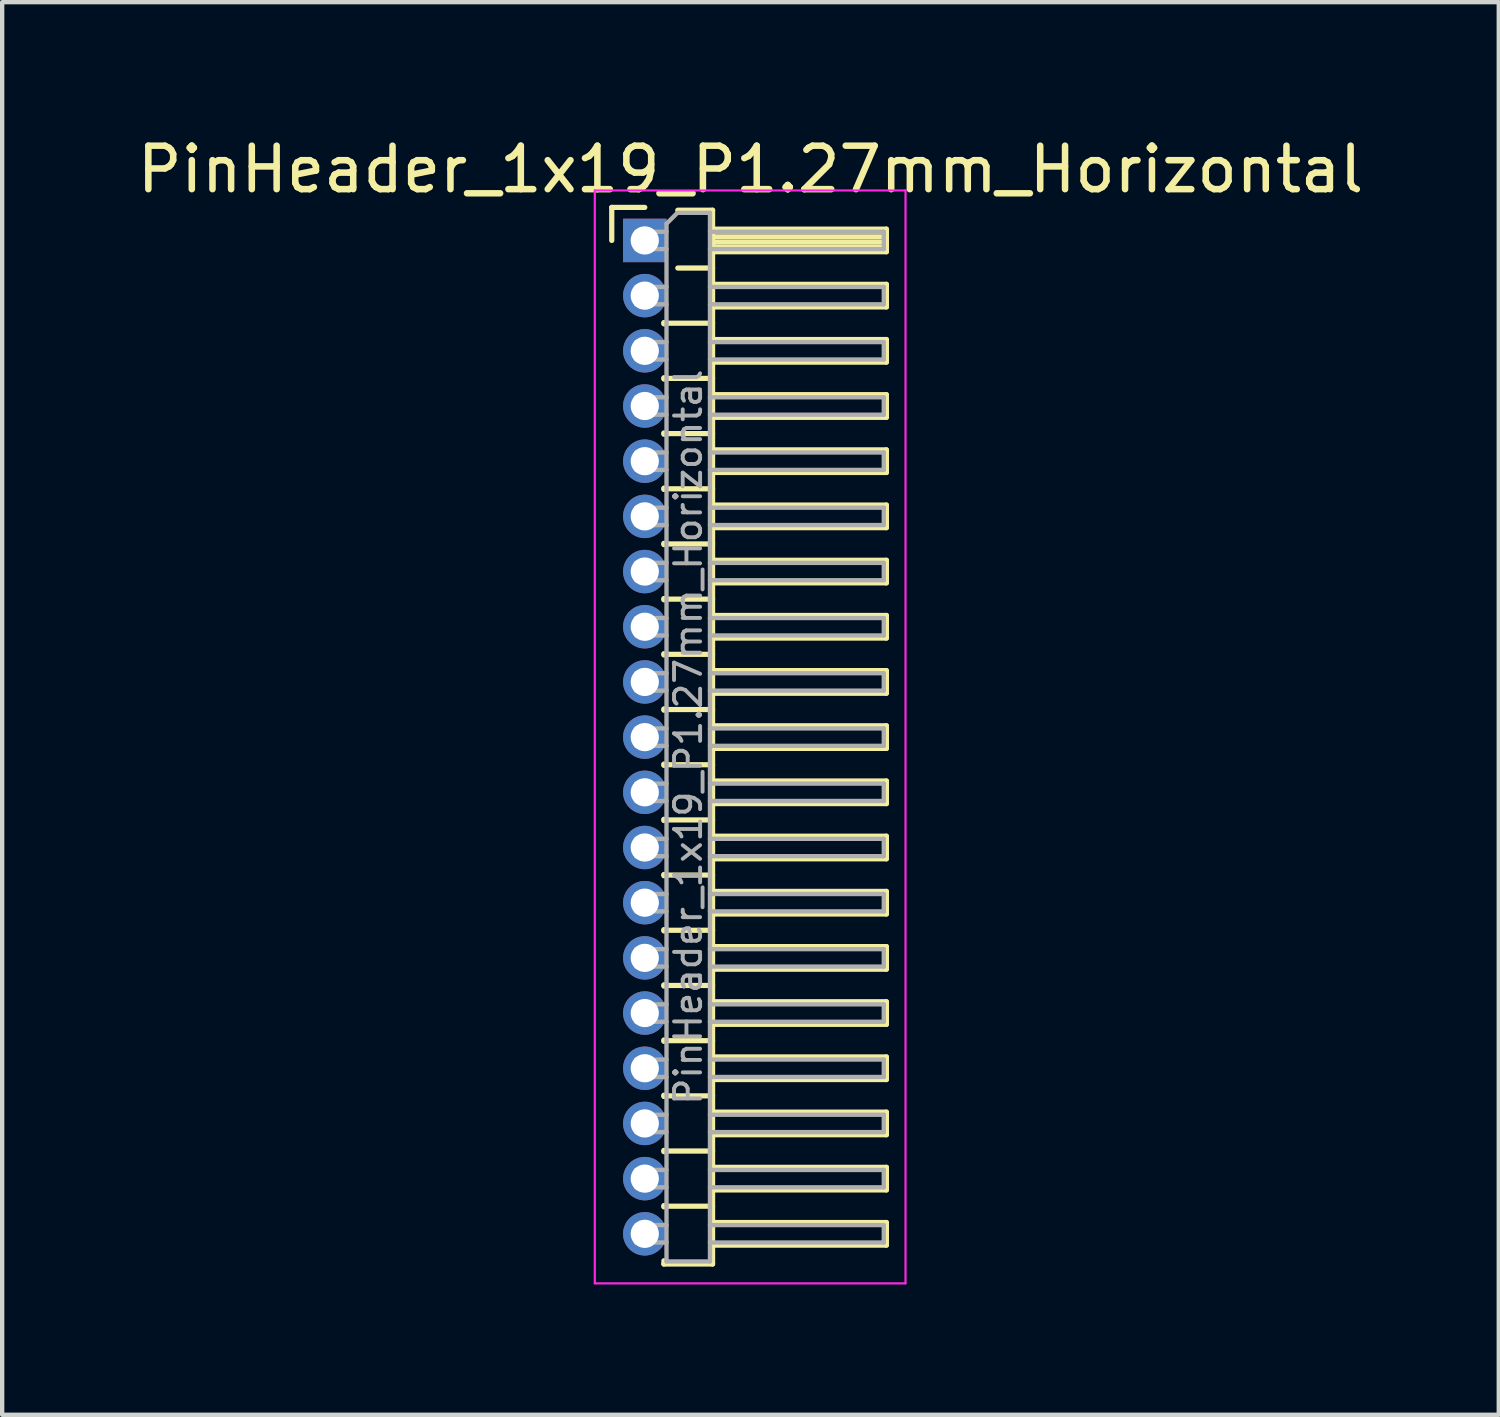
<source format=kicad_pcb>
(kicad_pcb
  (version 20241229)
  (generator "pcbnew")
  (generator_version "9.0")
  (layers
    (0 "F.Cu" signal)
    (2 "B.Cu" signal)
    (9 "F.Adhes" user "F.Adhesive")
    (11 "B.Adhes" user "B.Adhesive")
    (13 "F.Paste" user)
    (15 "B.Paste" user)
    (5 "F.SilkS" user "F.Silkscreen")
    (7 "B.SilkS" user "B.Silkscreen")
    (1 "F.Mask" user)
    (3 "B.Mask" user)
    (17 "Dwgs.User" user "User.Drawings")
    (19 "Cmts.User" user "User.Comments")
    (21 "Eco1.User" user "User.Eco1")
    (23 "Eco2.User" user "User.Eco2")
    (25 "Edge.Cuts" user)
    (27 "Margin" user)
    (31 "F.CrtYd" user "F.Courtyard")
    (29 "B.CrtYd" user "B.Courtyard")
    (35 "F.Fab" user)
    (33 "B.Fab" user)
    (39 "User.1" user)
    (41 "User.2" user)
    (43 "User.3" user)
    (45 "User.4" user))
  (footprint "PinHeader_1x19_P1.27mm_Horizontal"
    (layer "F.Cu")
    (at 11.788 2.483)
    (property "Reference" "PinHeader_1x19_P1.27mm_Horizontal" (at 2.433 -1.635 0) (layer "F.SilkS") (effects (font (size 1 1) (thickness 0.15))))
    (attr through_hole)
    (fp_line (start -0.76 -0.76) (end 0 -0.76) (stroke (width 0.12) (type solid)) (layer "F.SilkS"))
    (fp_line (start -0.76 0) (end -0.76 -0.76) (stroke (width 0.12) (type solid)) (layer "F.SilkS"))
    (fp_line (start 0.44 1.89) (end 0.44 1.92) (stroke (width 0.12) (type solid)) (layer "F.SilkS"))
    (fp_line (start 0.44 1.905) (end 1.56 1.905) (stroke (width 0.12) (type solid)) (layer "F.SilkS"))
    (fp_line (start 0.44 3.16) (end 0.44 3.19) (stroke (width 0.12) (type solid)) (layer "F.SilkS"))
    (fp_line (start 0.44 3.175) (end 1.56 3.175) (stroke (width 0.12) (type solid)) (layer "F.SilkS"))
    (fp_line (start 0.44 4.43) (end 0.44 4.46) (stroke (width 0.12) (type solid)) (layer "F.SilkS"))
    (fp_line (start 0.44 4.445) (end 1.56 4.445) (stroke (width 0.12) (type solid)) (layer "F.SilkS"))
    (fp_line (start 0.44 5.7) (end 0.44 5.73) (stroke (width 0.12) (type solid)) (layer "F.SilkS"))
    (fp_line (start 0.44 5.715) (end 1.56 5.715) (stroke (width 0.12) (type solid)) (layer "F.SilkS"))
    (fp_line (start 0.44 6.97) (end 0.44 7) (stroke (width 0.12) (type solid)) (layer "F.SilkS"))
    (fp_line (start 0.44 6.985) (end 1.56 6.985) (stroke (width 0.12) (type solid)) (layer "F.SilkS"))
    (fp_line (start 0.44 8.24) (end 0.44 8.27) (stroke (width 0.12) (type solid)) (layer "F.SilkS"))
    (fp_line (start 0.44 8.255) (end 1.56 8.255) (stroke (width 0.12) (type solid)) (layer "F.SilkS"))
    (fp_line (start 0.44 9.51) (end 0.44 9.54) (stroke (width 0.12) (type solid)) (layer "F.SilkS"))
    (fp_line (start 0.44 9.525) (end 1.56 9.525) (stroke (width 0.12) (type solid)) (layer "F.SilkS"))
    (fp_line (start 0.44 10.78) (end 0.44 10.81) (stroke (width 0.12) (type solid)) (layer "F.SilkS"))
    (fp_line (start 0.44 10.795) (end 1.56 10.795) (stroke (width 0.12) (type solid)) (layer "F.SilkS"))
    (fp_line (start 0.44 12.05) (end 0.44 12.08) (stroke (width 0.12) (type solid)) (layer "F.SilkS"))
    (fp_line (start 0.44 12.065) (end 1.56 12.065) (stroke (width 0.12) (type solid)) (layer "F.SilkS"))
    (fp_line (start 0.44 13.32) (end 0.44 13.35) (stroke (width 0.12) (type solid)) (layer "F.SilkS"))
    (fp_line (start 0.44 13.335) (end 1.56 13.335) (stroke (width 0.12) (type solid)) (layer "F.SilkS"))
    (fp_line (start 0.44 14.59) (end 0.44 14.62) (stroke (width 0.12) (type solid)) (layer "F.SilkS"))
    (fp_line (start 0.44 14.605) (end 1.56 14.605) (stroke (width 0.12) (type solid)) (layer "F.SilkS"))
    (fp_line (start 0.44 15.86) (end 0.44 15.89) (stroke (width 0.12) (type solid)) (layer "F.SilkS"))
    (fp_line (start 0.44 15.875) (end 1.56 15.875) (stroke (width 0.12) (type solid)) (layer "F.SilkS"))
    (fp_line (start 0.44 17.13) (end 0.44 17.16) (stroke (width 0.12) (type solid)) (layer "F.SilkS"))
    (fp_line (start 0.44 17.145) (end 1.56 17.145) (stroke (width 0.12) (type solid)) (layer "F.SilkS"))
    (fp_line (start 0.44 18.4) (end 0.44 18.43) (stroke (width 0.12) (type solid)) (layer "F.SilkS"))
    (fp_line (start 0.44 18.415) (end 1.56 18.415) (stroke (width 0.12) (type solid)) (layer "F.SilkS"))
    (fp_line (start 0.44 19.67) (end 0.44 19.7) (stroke (width 0.12) (type solid)) (layer "F.SilkS"))
    (fp_line (start 0.44 19.685) (end 1.56 19.685) (stroke (width 0.12) (type solid)) (layer "F.SilkS"))
    (fp_line (start 0.44 20.94) (end 0.44 20.97) (stroke (width 0.12) (type solid)) (layer "F.SilkS"))
    (fp_line (start 0.44 20.955) (end 1.56 20.955) (stroke (width 0.12) (type solid)) (layer "F.SilkS"))
    (fp_line (start 0.44 22.21) (end 0.44 22.24) (stroke (width 0.12) (type solid)) (layer "F.SilkS"))
    (fp_line (start 0.44 22.225) (end 1.56 22.225) (stroke (width 0.12) (type solid)) (layer "F.SilkS"))
    (fp_line (start 0.44 23.555) (end 0.44 23.48) (stroke (width 0.12) (type solid)) (layer "F.SilkS"))
    (fp_line (start 0.76 -0.695) (end 1.56 -0.695) (stroke (width 0.12) (type solid)) (layer "F.SilkS"))
    (fp_line (start 0.76 0.635) (end 1.56 0.635) (stroke (width 0.12) (type solid)) (layer "F.SilkS"))
    (fp_line (start 1.56 -0.695) (end 1.56 23.555) (stroke (width 0.12) (type solid)) (layer "F.SilkS"))
    (fp_line (start 1.56 -0.26) (end 5.56 -0.26) (stroke (width 0.12) (type solid)) (layer "F.SilkS"))
    (fp_line (start 1.56 -0.2) (end 5.56 -0.2) (stroke (width 0.12) (type solid)) (layer "F.SilkS"))
    (fp_line (start 1.56 -0.08) (end 5.56 -0.08) (stroke (width 0.12) (type solid)) (layer "F.SilkS"))
    (fp_line (start 1.56 0.04) (end 5.56 0.04) (stroke (width 0.12) (type solid)) (layer "F.SilkS"))
    (fp_line (start 1.56 0.16) (end 5.56 0.16) (stroke (width 0.12) (type solid)) (layer "F.SilkS"))
    (fp_line (start 1.56 1.01) (end 5.56 1.01) (stroke (width 0.12) (type solid)) (layer "F.SilkS"))
    (fp_line (start 1.56 2.28) (end 5.56 2.28) (stroke (width 0.12) (type solid)) (layer "F.SilkS"))
    (fp_line (start 1.56 3.55) (end 5.56 3.55) (stroke (width 0.12) (type solid)) (layer "F.SilkS"))
    (fp_line (start 1.56 4.82) (end 5.56 4.82) (stroke (width 0.12) (type solid)) (layer "F.SilkS"))
    (fp_line (start 1.56 6.09) (end 5.56 6.09) (stroke (width 0.12) (type solid)) (layer "F.SilkS"))
    (fp_line (start 1.56 7.36) (end 5.56 7.36) (stroke (width 0.12) (type solid)) (layer "F.SilkS"))
    (fp_line (start 1.56 8.63) (end 5.56 8.63) (stroke (width 0.12) (type solid)) (layer "F.SilkS"))
    (fp_line (start 1.56 9.9) (end 5.56 9.9) (stroke (width 0.12) (type solid)) (layer "F.SilkS"))
    (fp_line (start 1.56 11.17) (end 5.56 11.17) (stroke (width 0.12) (type solid)) (layer "F.SilkS"))
    (fp_line (start 1.56 12.44) (end 5.56 12.44) (stroke (width 0.12) (type solid)) (layer "F.SilkS"))
    (fp_line (start 1.56 13.71) (end 5.56 13.71) (stroke (width 0.12) (type solid)) (layer "F.SilkS"))
    (fp_line (start 1.56 14.98) (end 5.56 14.98) (stroke (width 0.12) (type solid)) (layer "F.SilkS"))
    (fp_line (start 1.56 16.25) (end 5.56 16.25) (stroke (width 0.12) (type solid)) (layer "F.SilkS"))
    (fp_line (start 1.56 17.52) (end 5.56 17.52) (stroke (width 0.12) (type solid)) (layer "F.SilkS"))
    (fp_line (start 1.56 18.79) (end 5.56 18.79) (stroke (width 0.12) (type solid)) (layer "F.SilkS"))
    (fp_line (start 1.56 20.06) (end 5.56 20.06) (stroke (width 0.12) (type solid)) (layer "F.SilkS"))
    (fp_line (start 1.56 21.33) (end 5.56 21.33) (stroke (width 0.12) (type solid)) (layer "F.SilkS"))
    (fp_line (start 1.56 22.6) (end 5.56 22.6) (stroke (width 0.12) (type solid)) (layer "F.SilkS"))
    (fp_line (start 1.56 23.555) (end 0.44 23.555) (stroke (width 0.12) (type solid)) (layer "F.SilkS"))
    (fp_line (start 5.56 -0.26) (end 5.56 0.26) (stroke (width 0.12) (type solid)) (layer "F.SilkS"))
    (fp_line (start 5.56 0.26) (end 1.56 0.26) (stroke (width 0.12) (type solid)) (layer "F.SilkS"))
    (fp_line (start 5.56 1.01) (end 5.56 1.53) (stroke (width 0.12) (type solid)) (layer "F.SilkS"))
    (fp_line (start 5.56 1.53) (end 1.56 1.53) (stroke (width 0.12) (type solid)) (layer "F.SilkS"))
    (fp_line (start 5.56 2.28) (end 5.56 2.8) (stroke (width 0.12) (type solid)) (layer "F.SilkS"))
    (fp_line (start 5.56 2.8) (end 1.56 2.8) (stroke (width 0.12) (type solid)) (layer "F.SilkS"))
    (fp_line (start 5.56 3.55) (end 5.56 4.07) (stroke (width 0.12) (type solid)) (layer "F.SilkS"))
    (fp_line (start 5.56 4.07) (end 1.56 4.07) (stroke (width 0.12) (type solid)) (layer "F.SilkS"))
    (fp_line (start 5.56 4.82) (end 5.56 5.34) (stroke (width 0.12) (type solid)) (layer "F.SilkS"))
    (fp_line (start 5.56 5.34) (end 1.56 5.34) (stroke (width 0.12) (type solid)) (layer "F.SilkS"))
    (fp_line (start 5.56 6.09) (end 5.56 6.61) (stroke (width 0.12) (type solid)) (layer "F.SilkS"))
    (fp_line (start 5.56 6.61) (end 1.56 6.61) (stroke (width 0.12) (type solid)) (layer "F.SilkS"))
    (fp_line (start 5.56 7.36) (end 5.56 7.88) (stroke (width 0.12) (type solid)) (layer "F.SilkS"))
    (fp_line (start 5.56 7.88) (end 1.56 7.88) (stroke (width 0.12) (type solid)) (layer "F.SilkS"))
    (fp_line (start 5.56 8.63) (end 5.56 9.15) (stroke (width 0.12) (type solid)) (layer "F.SilkS"))
    (fp_line (start 5.56 9.15) (end 1.56 9.15) (stroke (width 0.12) (type solid)) (layer "F.SilkS"))
    (fp_line (start 5.56 9.9) (end 5.56 10.42) (stroke (width 0.12) (type solid)) (layer "F.SilkS"))
    (fp_line (start 5.56 10.42) (end 1.56 10.42) (stroke (width 0.12) (type solid)) (layer "F.SilkS"))
    (fp_line (start 5.56 11.17) (end 5.56 11.69) (stroke (width 0.12) (type solid)) (layer "F.SilkS"))
    (fp_line (start 5.56 11.69) (end 1.56 11.69) (stroke (width 0.12) (type solid)) (layer "F.SilkS"))
    (fp_line (start 5.56 12.44) (end 5.56 12.96) (stroke (width 0.12) (type solid)) (layer "F.SilkS"))
    (fp_line (start 5.56 12.96) (end 1.56 12.96) (stroke (width 0.12) (type solid)) (layer "F.SilkS"))
    (fp_line (start 5.56 13.71) (end 5.56 14.23) (stroke (width 0.12) (type solid)) (layer "F.SilkS"))
    (fp_line (start 5.56 14.23) (end 1.56 14.23) (stroke (width 0.12) (type solid)) (layer "F.SilkS"))
    (fp_line (start 5.56 14.98) (end 5.56 15.5) (stroke (width 0.12) (type solid)) (layer "F.SilkS"))
    (fp_line (start 5.56 15.5) (end 1.56 15.5) (stroke (width 0.12) (type solid)) (layer "F.SilkS"))
    (fp_line (start 5.56 16.25) (end 5.56 16.77) (stroke (width 0.12) (type solid)) (layer "F.SilkS"))
    (fp_line (start 5.56 16.77) (end 1.56 16.77) (stroke (width 0.12) (type solid)) (layer "F.SilkS"))
    (fp_line (start 5.56 17.52) (end 5.56 18.04) (stroke (width 0.12) (type solid)) (layer "F.SilkS"))
    (fp_line (start 5.56 18.04) (end 1.56 18.04) (stroke (width 0.12) (type solid)) (layer "F.SilkS"))
    (fp_line (start 5.56 18.79) (end 5.56 19.31) (stroke (width 0.12) (type solid)) (layer "F.SilkS"))
    (fp_line (start 5.56 19.31) (end 1.56 19.31) (stroke (width 0.12) (type solid)) (layer "F.SilkS"))
    (fp_line (start 5.56 20.06) (end 5.56 20.58) (stroke (width 0.12) (type solid)) (layer "F.SilkS"))
    (fp_line (start 5.56 20.58) (end 1.56 20.58) (stroke (width 0.12) (type solid)) (layer "F.SilkS"))
    (fp_line (start 5.56 21.33) (end 5.56 21.85) (stroke (width 0.12) (type solid)) (layer "F.SilkS"))
    (fp_line (start 5.56 21.85) (end 1.56 21.85) (stroke (width 0.12) (type solid)) (layer "F.SilkS"))
    (fp_line (start 5.56 22.6) (end 5.56 23.12) (stroke (width 0.12) (type solid)) (layer "F.SilkS"))
    (fp_line (start 5.56 23.12) (end 1.56 23.12) (stroke (width 0.12) (type solid)) (layer "F.SilkS"))
    (fp_line (start -1.15 -1.15) (end -1.15 24) (stroke (width 0.05) (type solid)) (layer "F.CrtYd"))
    (fp_line (start -1.15 24) (end 6 24) (stroke (width 0.05) (type solid)) (layer "F.CrtYd"))
    (fp_line (start 6 -1.15) (end -1.15 -1.15) (stroke (width 0.05) (type solid)) (layer "F.CrtYd"))
    (fp_line (start 6 24) (end 6 -1.15) (stroke (width 0.05) (type solid)) (layer "F.CrtYd"))
    (fp_line (start -0.2 -0.2) (end -0.2 0.2) (stroke (width 0.1) (type solid)) (layer "F.Fab"))
    (fp_line (start -0.2 -0.2) (end 0.5 -0.2) (stroke (width 0.1) (type solid)) (layer "F.Fab"))
    (fp_line (start -0.2 0.2) (end 0.5 0.2) (stroke (width 0.1) (type solid)) (layer "F.Fab"))
    (fp_line (start -0.2 1.07) (end -0.2 1.47) (stroke (width 0.1) (type solid)) (layer "F.Fab"))
    (fp_line (start -0.2 1.07) (end 0.5 1.07) (stroke (width 0.1) (type solid)) (layer "F.Fab"))
    (fp_line (start -0.2 1.47) (end 0.5 1.47) (stroke (width 0.1) (type solid)) (layer "F.Fab"))
    (fp_line (start -0.2 2.34) (end -0.2 2.74) (stroke (width 0.1) (type solid)) (layer "F.Fab"))
    (fp_line (start -0.2 2.34) (end 0.5 2.34) (stroke (width 0.1) (type solid)) (layer "F.Fab"))
    (fp_line (start -0.2 2.74) (end 0.5 2.74) (stroke (width 0.1) (type solid)) (layer "F.Fab"))
    (fp_line (start -0.2 3.61) (end -0.2 4.01) (stroke (width 0.1) (type solid)) (layer "F.Fab"))
    (fp_line (start -0.2 3.61) (end 0.5 3.61) (stroke (width 0.1) (type solid)) (layer "F.Fab"))
    (fp_line (start -0.2 4.01) (end 0.5 4.01) (stroke (width 0.1) (type solid)) (layer "F.Fab"))
    (fp_line (start -0.2 4.88) (end -0.2 5.28) (stroke (width 0.1) (type solid)) (layer "F.Fab"))
    (fp_line (start -0.2 4.88) (end 0.5 4.88) (stroke (width 0.1) (type solid)) (layer "F.Fab"))
    (fp_line (start -0.2 5.28) (end 0.5 5.28) (stroke (width 0.1) (type solid)) (layer "F.Fab"))
    (fp_line (start -0.2 6.15) (end -0.2 6.55) (stroke (width 0.1) (type solid)) (layer "F.Fab"))
    (fp_line (start -0.2 6.15) (end 0.5 6.15) (stroke (width 0.1) (type solid)) (layer "F.Fab"))
    (fp_line (start -0.2 6.55) (end 0.5 6.55) (stroke (width 0.1) (type solid)) (layer "F.Fab"))
    (fp_line (start -0.2 7.42) (end -0.2 7.82) (stroke (width 0.1) (type solid)) (layer "F.Fab"))
    (fp_line (start -0.2 7.42) (end 0.5 7.42) (stroke (width 0.1) (type solid)) (layer "F.Fab"))
    (fp_line (start -0.2 7.82) (end 0.5 7.82) (stroke (width 0.1) (type solid)) (layer "F.Fab"))
    (fp_line (start -0.2 8.69) (end -0.2 9.09) (stroke (width 0.1) (type solid)) (layer "F.Fab"))
    (fp_line (start -0.2 8.69) (end 0.5 8.69) (stroke (width 0.1) (type solid)) (layer "F.Fab"))
    (fp_line (start -0.2 9.09) (end 0.5 9.09) (stroke (width 0.1) (type solid)) (layer "F.Fab"))
    (fp_line (start -0.2 9.96) (end -0.2 10.36) (stroke (width 0.1) (type solid)) (layer "F.Fab"))
    (fp_line (start -0.2 9.96) (end 0.5 9.96) (stroke (width 0.1) (type solid)) (layer "F.Fab"))
    (fp_line (start -0.2 10.36) (end 0.5 10.36) (stroke (width 0.1) (type solid)) (layer "F.Fab"))
    (fp_line (start -0.2 11.23) (end -0.2 11.63) (stroke (width 0.1) (type solid)) (layer "F.Fab"))
    (fp_line (start -0.2 11.23) (end 0.5 11.23) (stroke (width 0.1) (type solid)) (layer "F.Fab"))
    (fp_line (start -0.2 11.63) (end 0.5 11.63) (stroke (width 0.1) (type solid)) (layer "F.Fab"))
    (fp_line (start -0.2 12.5) (end -0.2 12.9) (stroke (width 0.1) (type solid)) (layer "F.Fab"))
    (fp_line (start -0.2 12.5) (end 0.5 12.5) (stroke (width 0.1) (type solid)) (layer "F.Fab"))
    (fp_line (start -0.2 12.9) (end 0.5 12.9) (stroke (width 0.1) (type solid)) (layer "F.Fab"))
    (fp_line (start -0.2 13.77) (end -0.2 14.17) (stroke (width 0.1) (type solid)) (layer "F.Fab"))
    (fp_line (start -0.2 13.77) (end 0.5 13.77) (stroke (width 0.1) (type solid)) (layer "F.Fab"))
    (fp_line (start -0.2 14.17) (end 0.5 14.17) (stroke (width 0.1) (type solid)) (layer "F.Fab"))
    (fp_line (start -0.2 15.04) (end -0.2 15.44) (stroke (width 0.1) (type solid)) (layer "F.Fab"))
    (fp_line (start -0.2 15.04) (end 0.5 15.04) (stroke (width 0.1) (type solid)) (layer "F.Fab"))
    (fp_line (start -0.2 15.44) (end 0.5 15.44) (stroke (width 0.1) (type solid)) (layer "F.Fab"))
    (fp_line (start -0.2 16.31) (end -0.2 16.71) (stroke (width 0.1) (type solid)) (layer "F.Fab"))
    (fp_line (start -0.2 16.31) (end 0.5 16.31) (stroke (width 0.1) (type solid)) (layer "F.Fab"))
    (fp_line (start -0.2 16.71) (end 0.5 16.71) (stroke (width 0.1) (type solid)) (layer "F.Fab"))
    (fp_line (start -0.2 17.58) (end -0.2 17.98) (stroke (width 0.1) (type solid)) (layer "F.Fab"))
    (fp_line (start -0.2 17.58) (end 0.5 17.58) (stroke (width 0.1) (type solid)) (layer "F.Fab"))
    (fp_line (start -0.2 17.98) (end 0.5 17.98) (stroke (width 0.1) (type solid)) (layer "F.Fab"))
    (fp_line (start -0.2 18.85) (end -0.2 19.25) (stroke (width 0.1) (type solid)) (layer "F.Fab"))
    (fp_line (start -0.2 18.85) (end 0.5 18.85) (stroke (width 0.1) (type solid)) (layer "F.Fab"))
    (fp_line (start -0.2 19.25) (end 0.5 19.25) (stroke (width 0.1) (type solid)) (layer "F.Fab"))
    (fp_line (start -0.2 20.12) (end -0.2 20.52) (stroke (width 0.1) (type solid)) (layer "F.Fab"))
    (fp_line (start -0.2 20.12) (end 0.5 20.12) (stroke (width 0.1) (type solid)) (layer "F.Fab"))
    (fp_line (start -0.2 20.52) (end 0.5 20.52) (stroke (width 0.1) (type solid)) (layer "F.Fab"))
    (fp_line (start -0.2 21.39) (end -0.2 21.79) (stroke (width 0.1) (type solid)) (layer "F.Fab"))
    (fp_line (start -0.2 21.39) (end 0.5 21.39) (stroke (width 0.1) (type solid)) (layer "F.Fab"))
    (fp_line (start -0.2 21.79) (end 0.5 21.79) (stroke (width 0.1) (type solid)) (layer "F.Fab"))
    (fp_line (start -0.2 22.66) (end -0.2 23.06) (stroke (width 0.1) (type solid)) (layer "F.Fab"))
    (fp_line (start -0.2 22.66) (end 0.5 22.66) (stroke (width 0.1) (type solid)) (layer "F.Fab"))
    (fp_line (start -0.2 23.06) (end 0.5 23.06) (stroke (width 0.1) (type solid)) (layer "F.Fab"))
    (fp_line (start 0.5 -0.385) (end 0.75 -0.635) (stroke (width 0.1) (type solid)) (layer "F.Fab"))
    (fp_line (start 0.5 23.495) (end 0.5 -0.385) (stroke (width 0.1) (type solid)) (layer "F.Fab"))
    (fp_line (start 0.75 -0.635) (end 1.5 -0.635) (stroke (width 0.1) (type solid)) (layer "F.Fab"))
    (fp_line (start 1.5 -0.635) (end 1.5 23.495) (stroke (width 0.1) (type solid)) (layer "F.Fab"))
    (fp_line (start 1.5 -0.2) (end 5.5 -0.2) (stroke (width 0.1) (type solid)) (layer "F.Fab"))
    (fp_line (start 1.5 0.2) (end 5.5 0.2) (stroke (width 0.1) (type solid)) (layer "F.Fab"))
    (fp_line (start 1.5 1.07) (end 5.5 1.07) (stroke (width 0.1) (type solid)) (layer "F.Fab"))
    (fp_line (start 1.5 1.47) (end 5.5 1.47) (stroke (width 0.1) (type solid)) (layer "F.Fab"))
    (fp_line (start 1.5 2.34) (end 5.5 2.34) (stroke (width 0.1) (type solid)) (layer "F.Fab"))
    (fp_line (start 1.5 2.74) (end 5.5 2.74) (stroke (width 0.1) (type solid)) (layer "F.Fab"))
    (fp_line (start 1.5 3.61) (end 5.5 3.61) (stroke (width 0.1) (type solid)) (layer "F.Fab"))
    (fp_line (start 1.5 4.01) (end 5.5 4.01) (stroke (width 0.1) (type solid)) (layer "F.Fab"))
    (fp_line (start 1.5 4.88) (end 5.5 4.88) (stroke (width 0.1) (type solid)) (layer "F.Fab"))
    (fp_line (start 1.5 5.28) (end 5.5 5.28) (stroke (width 0.1) (type solid)) (layer "F.Fab"))
    (fp_line (start 1.5 6.15) (end 5.5 6.15) (stroke (width 0.1) (type solid)) (layer "F.Fab"))
    (fp_line (start 1.5 6.55) (end 5.5 6.55) (stroke (width 0.1) (type solid)) (layer "F.Fab"))
    (fp_line (start 1.5 7.42) (end 5.5 7.42) (stroke (width 0.1) (type solid)) (layer "F.Fab"))
    (fp_line (start 1.5 7.82) (end 5.5 7.82) (stroke (width 0.1) (type solid)) (layer "F.Fab"))
    (fp_line (start 1.5 8.69) (end 5.5 8.69) (stroke (width 0.1) (type solid)) (layer "F.Fab"))
    (fp_line (start 1.5 9.09) (end 5.5 9.09) (stroke (width 0.1) (type solid)) (layer "F.Fab"))
    (fp_line (start 1.5 9.96) (end 5.5 9.96) (stroke (width 0.1) (type solid)) (layer "F.Fab"))
    (fp_line (start 1.5 10.36) (end 5.5 10.36) (stroke (width 0.1) (type solid)) (layer "F.Fab"))
    (fp_line (start 1.5 11.23) (end 5.5 11.23) (stroke (width 0.1) (type solid)) (layer "F.Fab"))
    (fp_line (start 1.5 11.63) (end 5.5 11.63) (stroke (width 0.1) (type solid)) (layer "F.Fab"))
    (fp_line (start 1.5 12.5) (end 5.5 12.5) (stroke (width 0.1) (type solid)) (layer "F.Fab"))
    (fp_line (start 1.5 12.9) (end 5.5 12.9) (stroke (width 0.1) (type solid)) (layer "F.Fab"))
    (fp_line (start 1.5 13.77) (end 5.5 13.77) (stroke (width 0.1) (type solid)) (layer "F.Fab"))
    (fp_line (start 1.5 14.17) (end 5.5 14.17) (stroke (width 0.1) (type solid)) (layer "F.Fab"))
    (fp_line (start 1.5 15.04) (end 5.5 15.04) (stroke (width 0.1) (type solid)) (layer "F.Fab"))
    (fp_line (start 1.5 15.44) (end 5.5 15.44) (stroke (width 0.1) (type solid)) (layer "F.Fab"))
    (fp_line (start 1.5 16.31) (end 5.5 16.31) (stroke (width 0.1) (type solid)) (layer "F.Fab"))
    (fp_line (start 1.5 16.71) (end 5.5 16.71) (stroke (width 0.1) (type solid)) (layer "F.Fab"))
    (fp_line (start 1.5 17.58) (end 5.5 17.58) (stroke (width 0.1) (type solid)) (layer "F.Fab"))
    (fp_line (start 1.5 17.98) (end 5.5 17.98) (stroke (width 0.1) (type solid)) (layer "F.Fab"))
    (fp_line (start 1.5 18.85) (end 5.5 18.85) (stroke (width 0.1) (type solid)) (layer "F.Fab"))
    (fp_line (start 1.5 19.25) (end 5.5 19.25) (stroke (width 0.1) (type solid)) (layer "F.Fab"))
    (fp_line (start 1.5 20.12) (end 5.5 20.12) (stroke (width 0.1) (type solid)) (layer "F.Fab"))
    (fp_line (start 1.5 20.52) (end 5.5 20.52) (stroke (width 0.1) (type solid)) (layer "F.Fab"))
    (fp_line (start 1.5 21.39) (end 5.5 21.39) (stroke (width 0.1) (type solid)) (layer "F.Fab"))
    (fp_line (start 1.5 21.79) (end 5.5 21.79) (stroke (width 0.1) (type solid)) (layer "F.Fab"))
    (fp_line (start 1.5 22.66) (end 5.5 22.66) (stroke (width 0.1) (type solid)) (layer "F.Fab"))
    (fp_line (start 1.5 23.06) (end 5.5 23.06) (stroke (width 0.1) (type solid)) (layer "F.Fab"))
    (fp_line (start 1.5 23.495) (end 0.5 23.495) (stroke (width 0.1) (type solid)) (layer "F.Fab"))
    (fp_line (start 5.5 -0.2) (end 5.5 0.2) (stroke (width 0.1) (type solid)) (layer "F.Fab"))
    (fp_line (start 5.5 1.07) (end 5.5 1.47) (stroke (width 0.1) (type solid)) (layer "F.Fab"))
    (fp_line (start 5.5 2.34) (end 5.5 2.74) (stroke (width 0.1) (type solid)) (layer "F.Fab"))
    (fp_line (start 5.5 3.61) (end 5.5 4.01) (stroke (width 0.1) (type solid)) (layer "F.Fab"))
    (fp_line (start 5.5 4.88) (end 5.5 5.28) (stroke (width 0.1) (type solid)) (layer "F.Fab"))
    (fp_line (start 5.5 6.15) (end 5.5 6.55) (stroke (width 0.1) (type solid)) (layer "F.Fab"))
    (fp_line (start 5.5 7.42) (end 5.5 7.82) (stroke (width 0.1) (type solid)) (layer "F.Fab"))
    (fp_line (start 5.5 8.69) (end 5.5 9.09) (stroke (width 0.1) (type solid)) (layer "F.Fab"))
    (fp_line (start 5.5 9.96) (end 5.5 10.36) (stroke (width 0.1) (type solid)) (layer "F.Fab"))
    (fp_line (start 5.5 11.23) (end 5.5 11.63) (stroke (width 0.1) (type solid)) (layer "F.Fab"))
    (fp_line (start 5.5 12.5) (end 5.5 12.9) (stroke (width 0.1) (type solid)) (layer "F.Fab"))
    (fp_line (start 5.5 13.77) (end 5.5 14.17) (stroke (width 0.1) (type solid)) (layer "F.Fab"))
    (fp_line (start 5.5 15.04) (end 5.5 15.44) (stroke (width 0.1) (type solid)) (layer "F.Fab"))
    (fp_line (start 5.5 16.31) (end 5.5 16.71) (stroke (width 0.1) (type solid)) (layer "F.Fab"))
    (fp_line (start 5.5 17.58) (end 5.5 17.98) (stroke (width 0.1) (type solid)) (layer "F.Fab"))
    (fp_line (start 5.5 18.85) (end 5.5 19.25) (stroke (width 0.1) (type solid)) (layer "F.Fab"))
    (fp_line (start 5.5 20.12) (end 5.5 20.52) (stroke (width 0.1) (type solid)) (layer "F.Fab"))
    (fp_line (start 5.5 21.39) (end 5.5 21.79) (stroke (width 0.1) (type solid)) (layer "F.Fab"))
    (fp_line (start 5.5 22.66) (end 5.5 23.06) (stroke (width 0.1) (type solid)) (layer "F.Fab"))
    (fp_text user "${REFERENCE}" (at 1 11.43 90) (layer "F.Fab") (effects (font (size 0.6 0.6) (thickness 0.09))))
    (pad "1" thru_hole rect (at 0 0) (size 1 1) (drill 0.65) (layers "*.Cu" "*.Mask"))
    (pad "2" thru_hole oval (at 0 1.27) (size 1 1) (drill 0.65) (layers "*.Cu" "*.Mask"))
    (pad "3" thru_hole oval (at 0 2.54) (size 1 1) (drill 0.65) (layers "*.Cu" "*.Mask"))
    (pad "4" thru_hole oval (at 0 3.81) (size 1 1) (drill 0.65) (layers "*.Cu" "*.Mask"))
    (pad "5" thru_hole oval (at 0 5.08) (size 1 1) (drill 0.65) (layers "*.Cu" "*.Mask"))
    (pad "6" thru_hole oval (at 0 6.35) (size 1 1) (drill 0.65) (layers "*.Cu" "*.Mask"))
    (pad "7" thru_hole oval (at 0 7.62) (size 1 1) (drill 0.65) (layers "*.Cu" "*.Mask"))
    (pad "8" thru_hole oval (at 0 8.89) (size 1 1) (drill 0.65) (layers "*.Cu" "*.Mask"))
    (pad "9" thru_hole oval (at 0 10.16) (size 1 1) (drill 0.65) (layers "*.Cu" "*.Mask"))
    (pad "10" thru_hole oval (at 0 11.43) (size 1 1) (drill 0.65) (layers "*.Cu" "*.Mask"))
    (pad "11" thru_hole oval (at 0 12.7) (size 1 1) (drill 0.65) (layers "*.Cu" "*.Mask"))
    (pad "12" thru_hole oval (at 0 13.97) (size 1 1) (drill 0.65) (layers "*.Cu" "*.Mask"))
    (pad "13" thru_hole oval (at 0 15.24) (size 1 1) (drill 0.65) (layers "*.Cu" "*.Mask"))
    (pad "14" thru_hole oval (at 0 16.51) (size 1 1) (drill 0.65) (layers "*.Cu" "*.Mask"))
    (pad "15" thru_hole oval (at 0 17.78) (size 1 1) (drill 0.65) (layers "*.Cu" "*.Mask"))
    (pad "16" thru_hole oval (at 0 19.05) (size 1 1) (drill 0.65) (layers "*.Cu" "*.Mask"))
    (pad "17" thru_hole oval (at 0 20.32) (size 1 1) (drill 0.65) (layers "*.Cu" "*.Mask"))
    (pad "18" thru_hole oval (at 0 21.59) (size 1 1) (drill 0.65) (layers "*.Cu" "*.Mask"))
    (pad "19" thru_hole oval (at 0 22.86) (size 1 1) (drill 0.65) (layers "*.Cu" "*.Mask")))
  (gr_rect
    (start -3 -3)
    (end 31.44 29.508)
    (stroke (width 0.1) (type default))
    (fill no)
    (layer "Edge.Cuts")))
</source>
